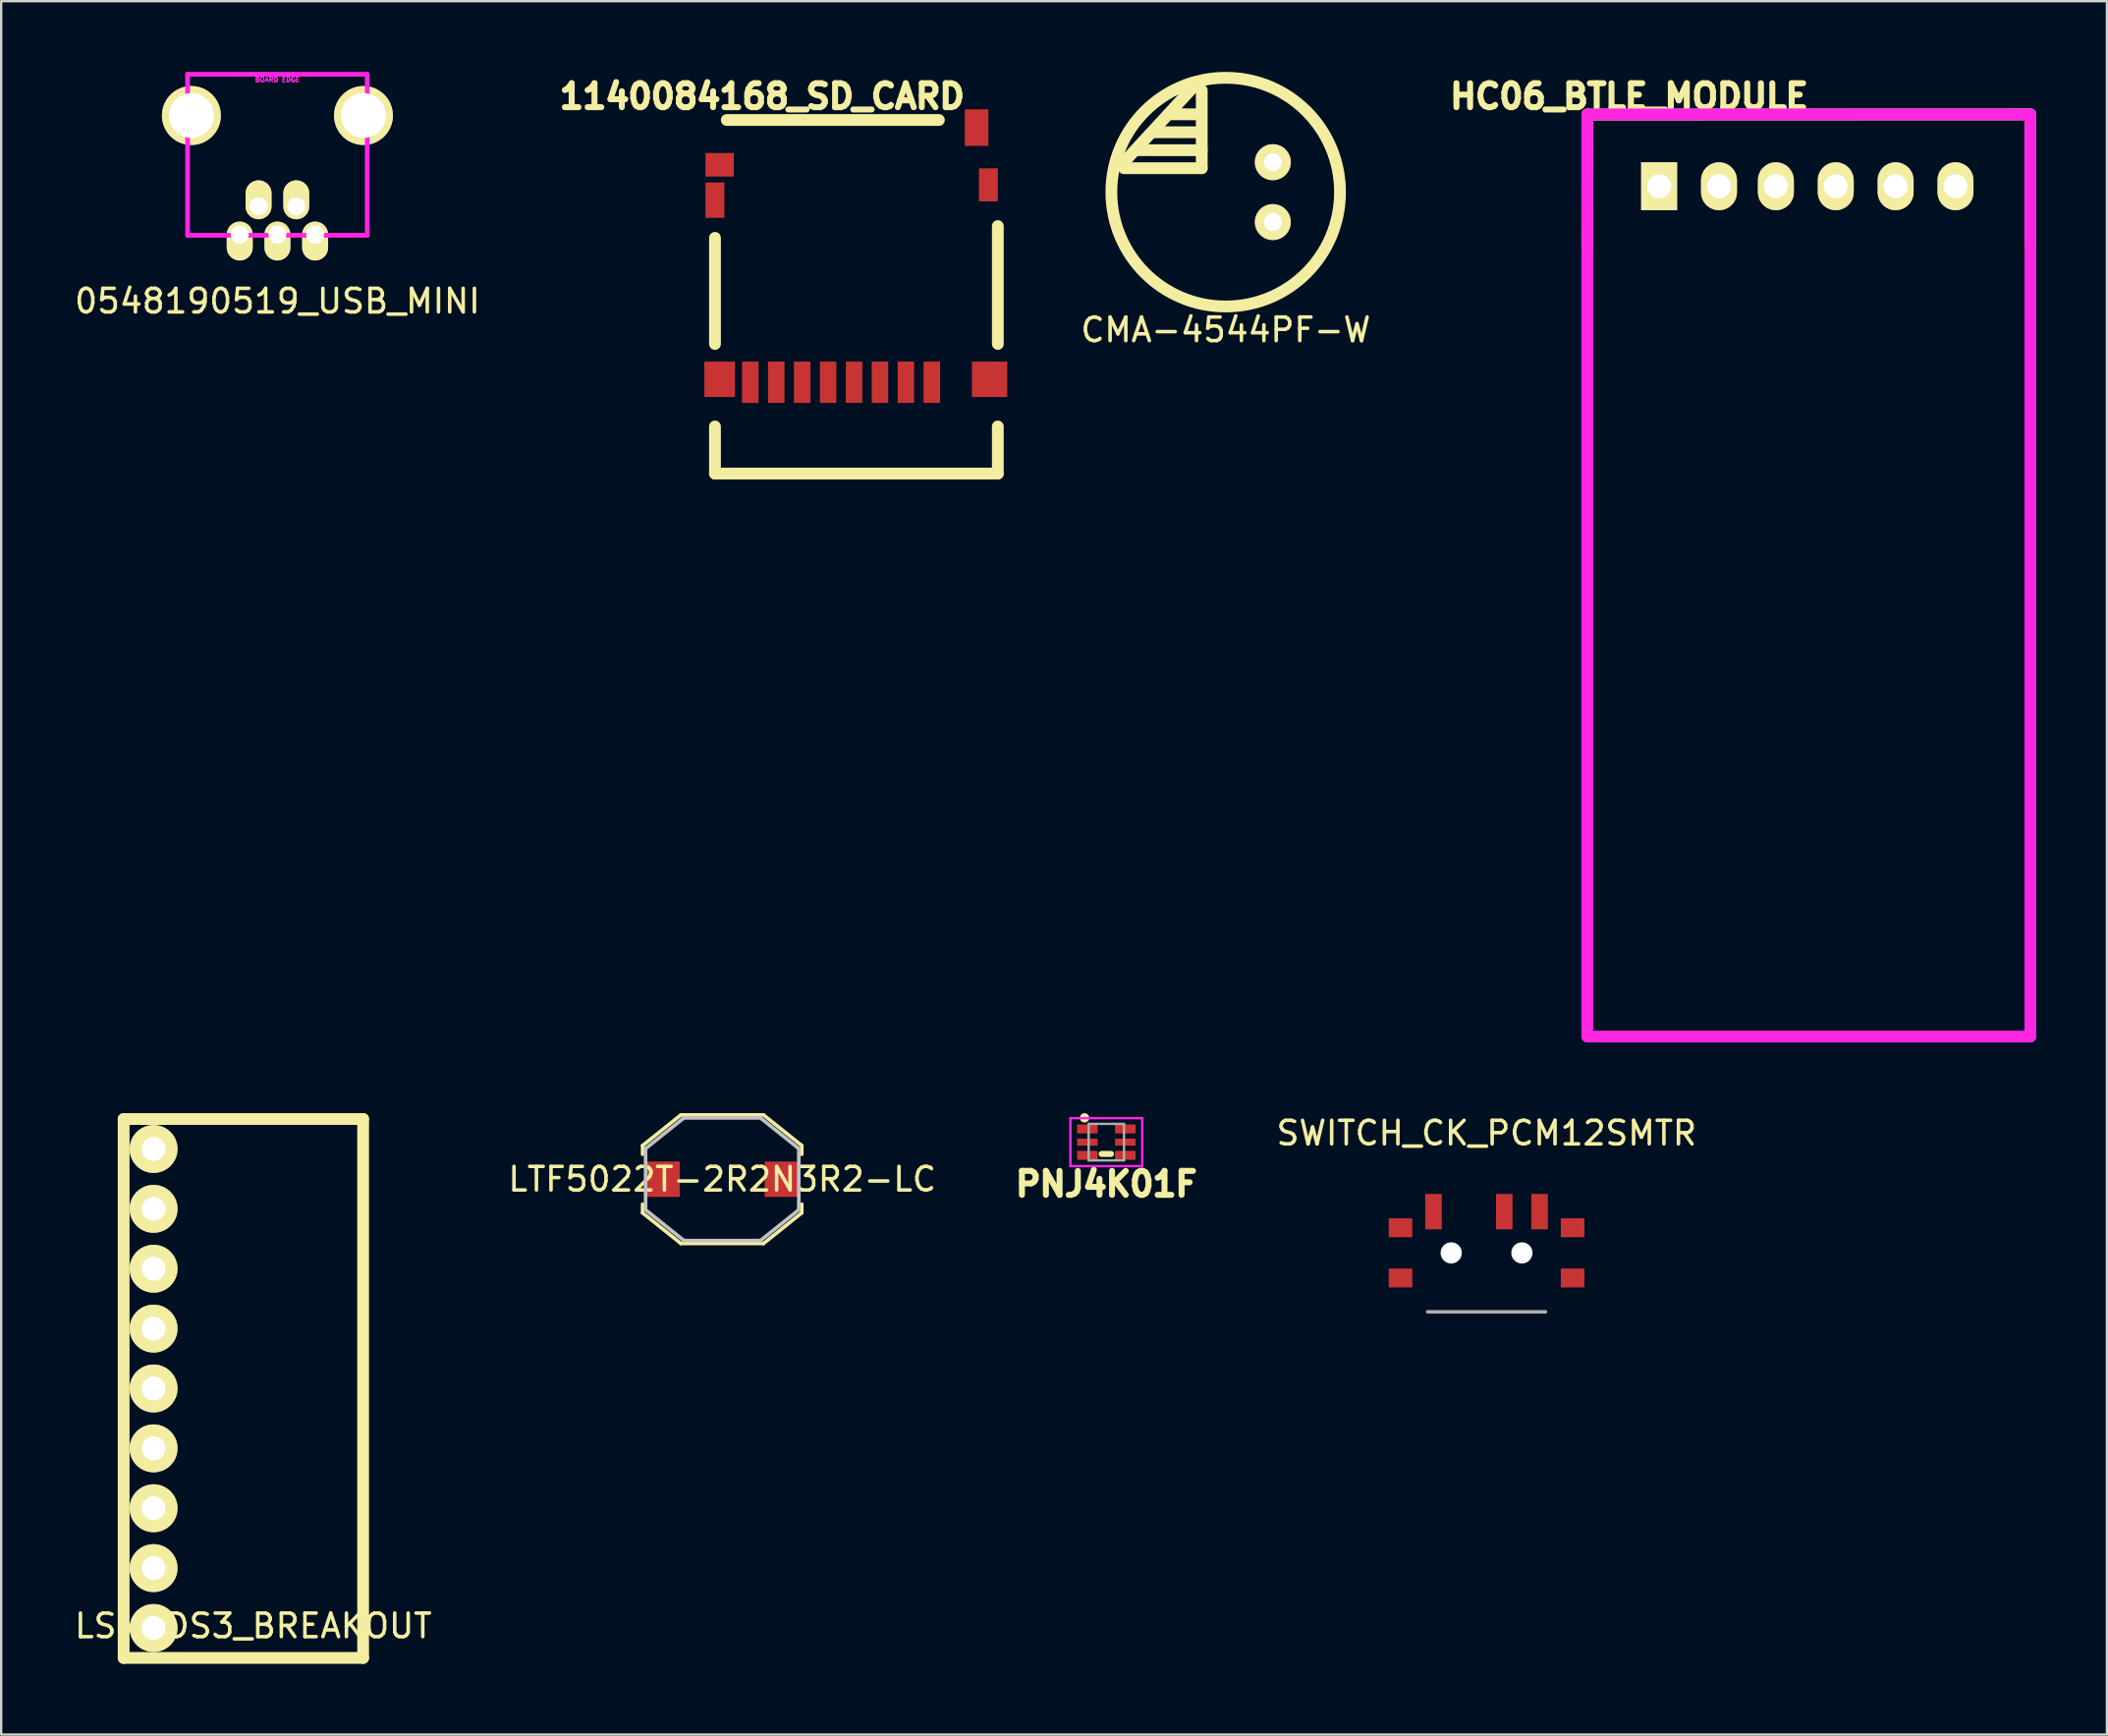
<source format=kicad_pcb>
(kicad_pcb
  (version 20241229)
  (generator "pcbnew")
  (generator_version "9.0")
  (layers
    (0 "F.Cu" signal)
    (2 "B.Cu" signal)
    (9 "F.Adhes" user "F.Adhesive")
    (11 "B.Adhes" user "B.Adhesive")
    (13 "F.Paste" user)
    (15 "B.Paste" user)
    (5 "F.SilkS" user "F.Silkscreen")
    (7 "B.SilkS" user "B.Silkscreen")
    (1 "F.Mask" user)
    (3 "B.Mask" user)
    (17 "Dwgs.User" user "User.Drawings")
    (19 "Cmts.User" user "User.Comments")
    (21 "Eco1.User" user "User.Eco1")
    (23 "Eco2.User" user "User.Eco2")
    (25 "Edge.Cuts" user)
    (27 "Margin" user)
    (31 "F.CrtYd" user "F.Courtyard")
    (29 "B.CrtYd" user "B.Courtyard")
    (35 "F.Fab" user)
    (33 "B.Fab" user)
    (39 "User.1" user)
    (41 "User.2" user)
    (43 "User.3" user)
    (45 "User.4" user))
  (footprint "1140084168_SD_CARD"
    (layer "F.Cu")
    (at 28.783 14.04)
    (property "Reference" "1140084168_SD_CARD" (at 0.5 -13 0) (layer "F.SilkS") (effects (font (size 1.016 1.016) (thickness 0.254))))
    (attr through_hole)
    (fp_line (start -1.5 -2.5) (end -1.5 -7) (stroke (width 0.5) (type solid)) (layer "F.SilkS"))
    (fp_line (start -1.5 1) (end -1.5 3) (stroke (width 0.5) (type solid)) (layer "F.SilkS"))
    (fp_line (start -1.5 3) (end 10.5 3) (stroke (width 0.5) (type solid)) (layer "F.SilkS"))
    (fp_line (start 8 -12) (end -1 -12) (stroke (width 0.5) (type solid)) (layer "F.SilkS"))
    (fp_line (start 10.5 -2.5) (end 10.5 -7.5) (stroke (width 0.5) (type solid)) (layer "F.SilkS"))
    (fp_line (start 10.5 3) (end 10.5 1) (stroke (width 0.5) (type solid)) (layer "F.SilkS"))
    (pad "1" smd rect (at 7.7 -0.875) (size 0.7 1.75) (layers "F.Cu" "F.Mask" "F.Paste"))
    (pad "2" smd rect (at 6.6 -0.875) (size 0.7 1.75) (layers "F.Cu" "F.Mask" "F.Paste"))
    (pad "3" smd rect (at 5.5 -0.875) (size 0.7 1.75) (layers "F.Cu" "F.Mask" "F.Paste"))
    (pad "4" smd rect (at 4.4 -0.875) (size 0.7 1.75) (layers "F.Cu" "F.Mask" "F.Paste"))
    (pad "5" smd rect (at 3.3 -0.875) (size 0.7 1.75) (layers "F.Cu" "F.Mask" "F.Paste"))
    (pad "6" smd rect (at 2.2 -0.875) (size 0.7 1.75) (layers "F.Cu" "F.Mask" "F.Paste"))
    (pad "7" smd rect (at 1.1 -0.875) (size 0.7 1.75) (layers "F.Cu" "F.Mask" "F.Paste"))
    (pad "8" smd rect (at 0 -0.875) (size 0.7 1.75) (layers "F.Cu" "F.Mask" "F.Paste"))
    (pad "~" smd rect (at -1.5 -8.6) (size 0.8 1.5) (layers "F.Cu" "F.Mask" "F.Paste"))
    (pad "~" smd rect (at -1.3 -10.1) (size 1.2 1) (layers "F.Cu" "F.Mask" "F.Paste"))
    (pad "~" smd rect (at -1.3 -1) (size 1.3 1.5) (layers "F.Cu" "F.Mask" "F.Paste"))
    (pad "~" smd rect (at 9.6 -11.675) (size 1 1.55) (layers "F.Cu" "F.Mask" "F.Paste"))
    (pad "~" smd rect (at 10.1 -9.25) (size 0.8 1.4) (layers "F.Cu" "F.Mask" "F.Paste"))
    (pad "~" smd rect (at 10.15 -1) (size 1.5 1.5) (layers "F.Cu" "F.Mask" "F.Paste")))
  (footprint "LTF5022T-2R2N3R2-LC"
    (layer "F.Cu")
    (at 27.589 46.971)
    (property "Reference" "LTF5022T-2R2N3R2-LC" (at 0 0 0) (layer "F.SilkS") (effects (font (size 1 1) (thickness 0.15))))
    (attr through_hole)
    (fp_line (start -3.377 -1.427) (end -3.377 -1.058) (stroke (width 0.152) (type solid)) (layer "F.SilkS"))
    (fp_line (start -3.377 1.058) (end -3.377 1.427) (stroke (width 0.152) (type solid)) (layer "F.SilkS"))
    (fp_line (start -3.377 1.427) (end -1.752 2.727) (stroke (width 0.152) (type solid)) (layer "F.SilkS"))
    (fp_line (start -1.752 -2.727) (end -3.377 -1.427) (stroke (width 0.152) (type solid)) (layer "F.SilkS"))
    (fp_line (start -1.752 2.727) (end 1.752 2.727) (stroke (width 0.152) (type solid)) (layer "F.SilkS"))
    (fp_line (start 1.752 -2.727) (end -1.752 -2.727) (stroke (width 0.152) (type solid)) (layer "F.SilkS"))
    (fp_line (start 1.752 2.727) (end 3.377 1.427) (stroke (width 0.152) (type solid)) (layer "F.SilkS"))
    (fp_line (start 3.377 -1.427) (end 1.752 -2.727) (stroke (width 0.152) (type solid)) (layer "F.SilkS"))
    (fp_line (start 3.377 -1.058) (end 3.377 -1.427) (stroke (width 0.152) (type solid)) (layer "F.SilkS"))
    (fp_line (start 3.377 1.427) (end 3.377 1.058) (stroke (width 0.152) (type solid)) (layer "F.SilkS"))
    (fp_line (start -3.25 -1.3) (end -3.25 1.3) (stroke (width 0.152) (type solid)) (layer "Dwgs.User"))
    (fp_line (start -3.25 1.3) (end -1.625 2.6) (stroke (width 0.152) (type solid)) (layer "Dwgs.User"))
    (fp_line (start -1.625 -2.6) (end -3.25 -1.3) (stroke (width 0.152) (type solid)) (layer "Dwgs.User"))
    (fp_line (start -1.625 2.6) (end 1.625 2.6) (stroke (width 0.152) (type solid)) (layer "Dwgs.User"))
    (fp_line (start 1.625 -2.6) (end -1.625 -2.6) (stroke (width 0.152) (type solid)) (layer "Dwgs.User"))
    (fp_line (start 1.625 2.6) (end 3.25 1.3) (stroke (width 0.152) (type solid)) (layer "Dwgs.User"))
    (fp_line (start 3.25 -1.3) (end 1.625 -2.6) (stroke (width 0.152) (type solid)) (layer "Dwgs.User"))
    (fp_line (start 3.25 1.3) (end 3.25 -1.3) (stroke (width 0.152) (type solid)) (layer "Dwgs.User"))
    (fp_text user "Copyright 2016 Accelerated Designs. All rights reserved." (at 0 0 0) (layer "Cmts.User") (effects (font (size 0.127 0.127) (thickness 0.002))))
    (pad "1" smd rect (at -2.525 0) (size 1.45 1.5) (layers "F.Cu"))
    (pad "2" smd rect (at 2.525 0) (size 1.45 1.5) (layers "F.Cu")))
  (footprint "CMA-4544PF-W"
    (layer "F.Cu")
    (at 48.951 5.1)
    (property "Reference" "CMA-4544PF-W" (at 0 5.842 0) (layer "F.SilkS") (effects (font (size 1 1) (thickness 0.15))))
    (attr through_hole)
    (fp_line (start -4.318 -1.27) (end -1.27 -4.572) (stroke (width 0.5) (type solid)) (layer "F.SilkS"))
    (fp_line (start -3.81 -1.778) (end -1.016 -1.778) (stroke (width 0.5) (type solid)) (layer "F.SilkS"))
    (fp_line (start -3.048 -2.54) (end -1.27 -2.54) (stroke (width 0.5) (type solid)) (layer "F.SilkS"))
    (fp_line (start -2.286 -3.302) (end -1.27 -3.302) (stroke (width 0.5) (type solid)) (layer "F.SilkS"))
    (fp_line (start -1.016 -1.016) (end -4.318 -1.016) (stroke (width 0.5) (type solid)) (layer "F.SilkS"))
    (fp_line (start -1.016 -1.016) (end -1.016 -4.318) (stroke (width 0.5) (type solid)) (layer "F.SilkS"))
    (fp_circle (center 0 0) (end 4.85 0) (stroke (width 0.5) (type solid)) (fill no) (layer "F.SilkS"))
    (pad "1" thru_hole circle (at 2 1.27) (size 1.524 1.524) (drill 0.762) (layers "*.Cu" "*.Mask" "F.SilkS"))
    (pad "2" thru_hole circle (at 2 -1.27) (size 1.524 1.524) (drill 0.762) (layers "*.Cu" "*.Mask" "F.SilkS")))
  (footprint "SWITCH_CK_PCM12SMTR"
    (layer "F.Cu")
    (at 60.018 50.096)
    (property "Reference" "SWITCH_CK_PCM12SMTR" (at 0 -5.08 0) (layer "F.SilkS") (effects (font (size 1 1) (thickness 0.15))))
    (attr through_hole)
    (fp_line (start -2.5 2.5) (end 2.5 2.5) (stroke (width 0.15) (type solid)) (layer "F.Fab"))
    (pad "" np_thru_hole circle (at -1.5 0) (size 0.9 0.9) (drill 0.9) (layers "*.Cu" "*.Mask"))
    (pad "" np_thru_hole circle (at 1.5 0) (size 0.9 0.9) (drill 0.9) (layers "*.Cu" "*.Mask"))
    (pad "1" smd rect (at -3.65 -1.065) (size 1 0.8) (layers "F.Cu" "F.Mask" "F.Paste"))
    (pad "1" smd rect (at -3.65 1.065) (size 1 0.8) (layers "F.Cu" "F.Mask" "F.Paste"))
    (pad "1" smd rect (at -2.25 -1.75) (size 0.7 1.5) (layers "F.Cu" "F.Mask" "F.Paste"))
    (pad "1" smd rect (at 0.75 -1.75) (size 0.7 1.5) (layers "F.Cu" "F.Mask" "F.Paste"))
    (pad "1" smd rect (at 2.25 -1.75) (size 0.7 1.5) (layers "F.Cu" "F.Mask" "F.Paste"))
    (pad "1" smd rect (at 3.65 -1.065) (size 1 0.8) (layers "F.Cu" "F.Mask" "F.Paste"))
    (pad "1" smd rect (at 3.65 1.065) (size 1 0.8) (layers "F.Cu" "F.Mask" "F.Paste")))
  (footprint "PNJ4K01F"
    (layer "F.Cu")
    (at 43.887 45.398)
    (property "Reference" "PNJ4K01F" (at 0 1.778 0) (layer "F.SilkS") (effects (font (size 1.016 1.016) (thickness 0.254))))
    (attr through_hole)
    (fp_line (start -0.2 0.5) (end 0.2 0.5) (stroke (width 0.254) (type solid)) (layer "F.SilkS"))
    (fp_circle (center -0.925 -1.03) (end -0.825 -1.03) (stroke (width 0.2) (type solid)) (fill no) (layer "F.SilkS"))
    (fp_line (start -1.524 -1.016) (end 1.524 -1.016) (stroke (width 0.1) (type solid)) (layer "F.CrtYd"))
    (fp_line (start -1.524 1.016) (end -1.524 -1.016) (stroke (width 0.1) (type solid)) (layer "F.CrtYd"))
    (fp_line (start 1.524 -1.016) (end 1.524 1.016) (stroke (width 0.1) (type solid)) (layer "F.CrtYd"))
    (fp_line (start 1.524 1.016) (end -1.524 1.016) (stroke (width 0.1) (type solid)) (layer "F.CrtYd"))
    (fp_line (start -0.75 -0.775) (end 0.75 -0.775) (stroke (width 0.1) (type solid)) (layer "F.Fab"))
    (fp_line (start -0.75 0.775) (end -0.75 -0.775) (stroke (width 0.1) (type solid)) (layer "F.Fab"))
    (fp_line (start -0.75 0.775) (end 0.75 0.775) (stroke (width 0.1) (type solid)) (layer "F.Fab"))
    (fp_line (start 0.75 0.775) (end 0.75 -0.775) (stroke (width 0.1) (type solid)) (layer "F.Fab"))
    (pad "1" smd rect (at -0.805 -0.56) (size 0.87 0.38) (layers "F.Cu" "F.Mask" "F.Paste"))
    (pad "2" smd rect (at -0.805 0) (size 0.87 0.3) (layers "F.Cu" "F.Mask" "F.Paste"))
    (pad "3" smd rect (at -0.805 0.56) (size 0.87 0.38) (layers "F.Cu" "F.Mask" "F.Paste"))
    (pad "4" smd rect (at 0.805 0.56) (size 0.87 0.38) (layers "F.Cu" "F.Mask" "F.Paste"))
    (pad "5" smd rect (at 0.805 0) (size 0.87 0.3) (layers "F.Cu" "F.Mask" "F.Paste"))
    (pad "6" smd rect (at 0.805 -0.56) (size 0.87 0.38) (layers "F.Cu" "F.Mask" "F.Paste")))
  (footprint "LSM6DS3_BREAKOUT"
    (layer "F.Cu")
    (at 2.196 44.418)
    (property "Reference" "LSM6DS3_BREAKOUT" (at 5.5 21.5 0) (layer "F.SilkS") (effects (font (size 1 1) (thickness 0.15))))
    (attr through_hole)
    (fp_line (start 0 0) (end 0 22.86) (stroke (width 0.5) (type solid)) (layer "F.SilkS"))
    (fp_line (start 0 0) (end 10.16 0) (stroke (width 0.5) (type solid)) (layer "F.SilkS"))
    (fp_line (start 0 22.86) (end 10.16 22.86) (stroke (width 0.5) (type solid)) (layer "F.SilkS"))
    (fp_line (start 10.16 22.86) (end 10.16 0) (stroke (width 0.5) (type solid)) (layer "F.SilkS"))
    (pad "1" thru_hole circle (at 1.27 1.27) (size 2.032 2.032) (drill 1.016) (layers "*.Cu" "*.Mask" "F.SilkS"))
    (pad "2" thru_hole circle (at 1.27 3.81) (size 2.032 2.032) (drill 1.016) (layers "*.Cu" "*.Mask" "F.SilkS"))
    (pad "3" thru_hole circle (at 1.27 6.35) (size 2.032 2.032) (drill 1.016) (layers "*.Cu" "*.Mask" "F.SilkS"))
    (pad "4" thru_hole circle (at 1.27 8.89) (size 2.032 2.032) (drill 1.016) (layers "*.Cu" "*.Mask" "F.SilkS"))
    (pad "5" thru_hole circle (at 1.27 11.43) (size 2.032 2.032) (drill 1.016) (layers "*.Cu" "*.Mask" "F.SilkS"))
    (pad "6" thru_hole circle (at 1.27 13.97) (size 2.032 2.032) (drill 1.016) (layers "*.Cu" "*.Mask" "F.SilkS"))
    (pad "7" thru_hole circle (at 1.27 16.51) (size 2.032 2.032) (drill 1.016) (layers "*.Cu" "*.Mask" "F.SilkS"))
    (pad "8" thru_hole circle (at 1.27 19.05) (size 2.032 2.032) (drill 1.016) (layers "*.Cu" "*.Mask" "F.SilkS"))
    (pad "9" thru_hole circle (at 1.27 21.59) (size 2.032 2.032) (drill 1.016) (layers "*.Cu" "*.Mask" "F.SilkS")))
  (footprint "HC06_BTLE_MODULE"
    (layer "F.Cu")
    (at 64.8 2.31)
    (property "Reference" "HC06_BTLE_MODULE" (at 1.27 -1.27 0) (layer "F.SilkS") (effects (font (size 1.016 1.016) (thickness 0.254))))
    (attr through_hole)
    (fp_line (start -0.508 5.08) (end -0.5 -0.5) (stroke (width 0.5) (type solid)) (layer "F.SilkS"))
    (fp_line (start -0.5 -0.5) (end 18.288 -0.508) (stroke (width 0.5) (type solid)) (layer "F.SilkS"))
    (fp_line (start 18.288 -0.508) (end 18.288 5.08) (stroke (width 0.5) (type solid)) (layer "F.SilkS"))
    (fp_line (start -0.508 -0.508) (end 18.288 -0.508) (stroke (width 0.5) (type solid)) (layer "F.CrtYd"))
    (fp_line (start -0.508 38.608) (end -0.508 -0.508) (stroke (width 0.5) (type solid)) (layer "F.CrtYd"))
    (fp_line (start 18.288 -0.508) (end 18.288 38.608) (stroke (width 0.5) (type solid)) (layer "F.CrtYd"))
    (fp_line (start 18.288 38.608) (end -0.508 38.608) (stroke (width 0.5) (type solid)) (layer "F.CrtYd"))
    (pad "1" thru_hole rect (at 2.54 2.54) (size 1.524 2.032) (drill 1.016) (layers "*.Cu" "*.Mask" "F.SilkS"))
    (pad "2" thru_hole oval (at 5.08 2.54) (size 1.524 2.032) (drill 1.016) (layers "*.Cu" "*.Mask" "F.SilkS"))
    (pad "3" thru_hole oval (at 7.493 2.54) (size 1.524 2.032) (drill 1.016) (layers "*.Cu" "*.Mask" "F.SilkS"))
    (pad "4" thru_hole oval (at 10.033 2.54) (size 1.524 2.032) (drill 1.016) (layers "*.Cu" "*.Mask" "F.SilkS"))
    (pad "5" thru_hole oval (at 12.573 2.54) (size 1.524 2.032) (drill 1.016) (layers "*.Cu" "*.Mask" "F.SilkS"))
    (pad "6" thru_hole oval (at 15.113 2.54) (size 1.524 2.032) (drill 1.016) (layers "*.Cu" "*.Mask" "F.SilkS")))
  (footprint "0548190519_USB_MINI"
    (layer "F.Cu")
    (at 8.72 1.85)
    (property "Reference" "0548190519_USB_MINI" (at 0 7.874 0) (layer "F.SilkS") (effects (font (size 1 1) (thickness 0.15))))
    (attr through_hole)
    (fp_line (start -3.81 -1.75) (end -3.81 5.08) (stroke (width 0.2) (type solid)) (layer "F.CrtYd"))
    (fp_line (start -3.81 -1.75) (end 3.81 -1.75) (stroke (width 0.2) (type solid)) (layer "F.CrtYd"))
    (fp_line (start -3.81 5.08) (end 3.81 5.08) (stroke (width 0.2) (type solid)) (layer "F.CrtYd"))
    (fp_line (start 3.81 5.08) (end 3.81 -1.75) (stroke (width 0.2) (type solid)) (layer "F.CrtYd"))
    (fp_text user "BOARD EDGE" (at 0 -1.524 0) (layer "F.CrtYd") (effects (font (size 0.2 0.2) (thickness 0.05))))
    (pad "1" thru_hole oval (at 1.6 5.05) (size 1.1 1.65) (drill 0.762 (offset 0 0.275)) (layers "*.Cu" "*.Mask" "F.SilkS"))
    (pad "2" thru_hole oval (at 0.8 3.85) (size 1.1 1.65) (drill 0.762 (offset 0 -0.275)) (layers "*.Cu" "*.Mask" "F.SilkS"))
    (pad "3" thru_hole oval (at 0 5.05) (size 1.1 1.65) (drill 0.762 (offset 0 0.275)) (layers "*.Cu" "*.Mask" "F.SilkS"))
    (pad "4" thru_hole oval (at -0.8 3.85) (size 1.1 1.65) (drill 0.762 (offset 0 -0.275)) (layers "*.Cu" "*.Mask" "F.SilkS"))
    (pad "5" thru_hole oval (at -1.6 5.05) (size 1.1 1.65) (drill 0.762 (offset 0 0.275)) (layers "*.Cu" "*.Mask" "F.SilkS"))
    (pad "SHLD" thru_hole circle (at -3.65 0) (size 2.5 2.5) (drill 1.9) (layers "*.Cu" "*.Mask" "F.SilkS"))
    (pad "SHLD" thru_hole circle (at 3.65 0) (size 2.5 2.5) (drill 1.9) (layers "*.Cu" "*.Mask" "F.SilkS")))
  (gr_rect
    (start -3 -3)
    (end 86.338 70.528)
    (stroke (width 0.1) (type default))
    (fill no)
    (layer "Edge.Cuts")))
</source>
